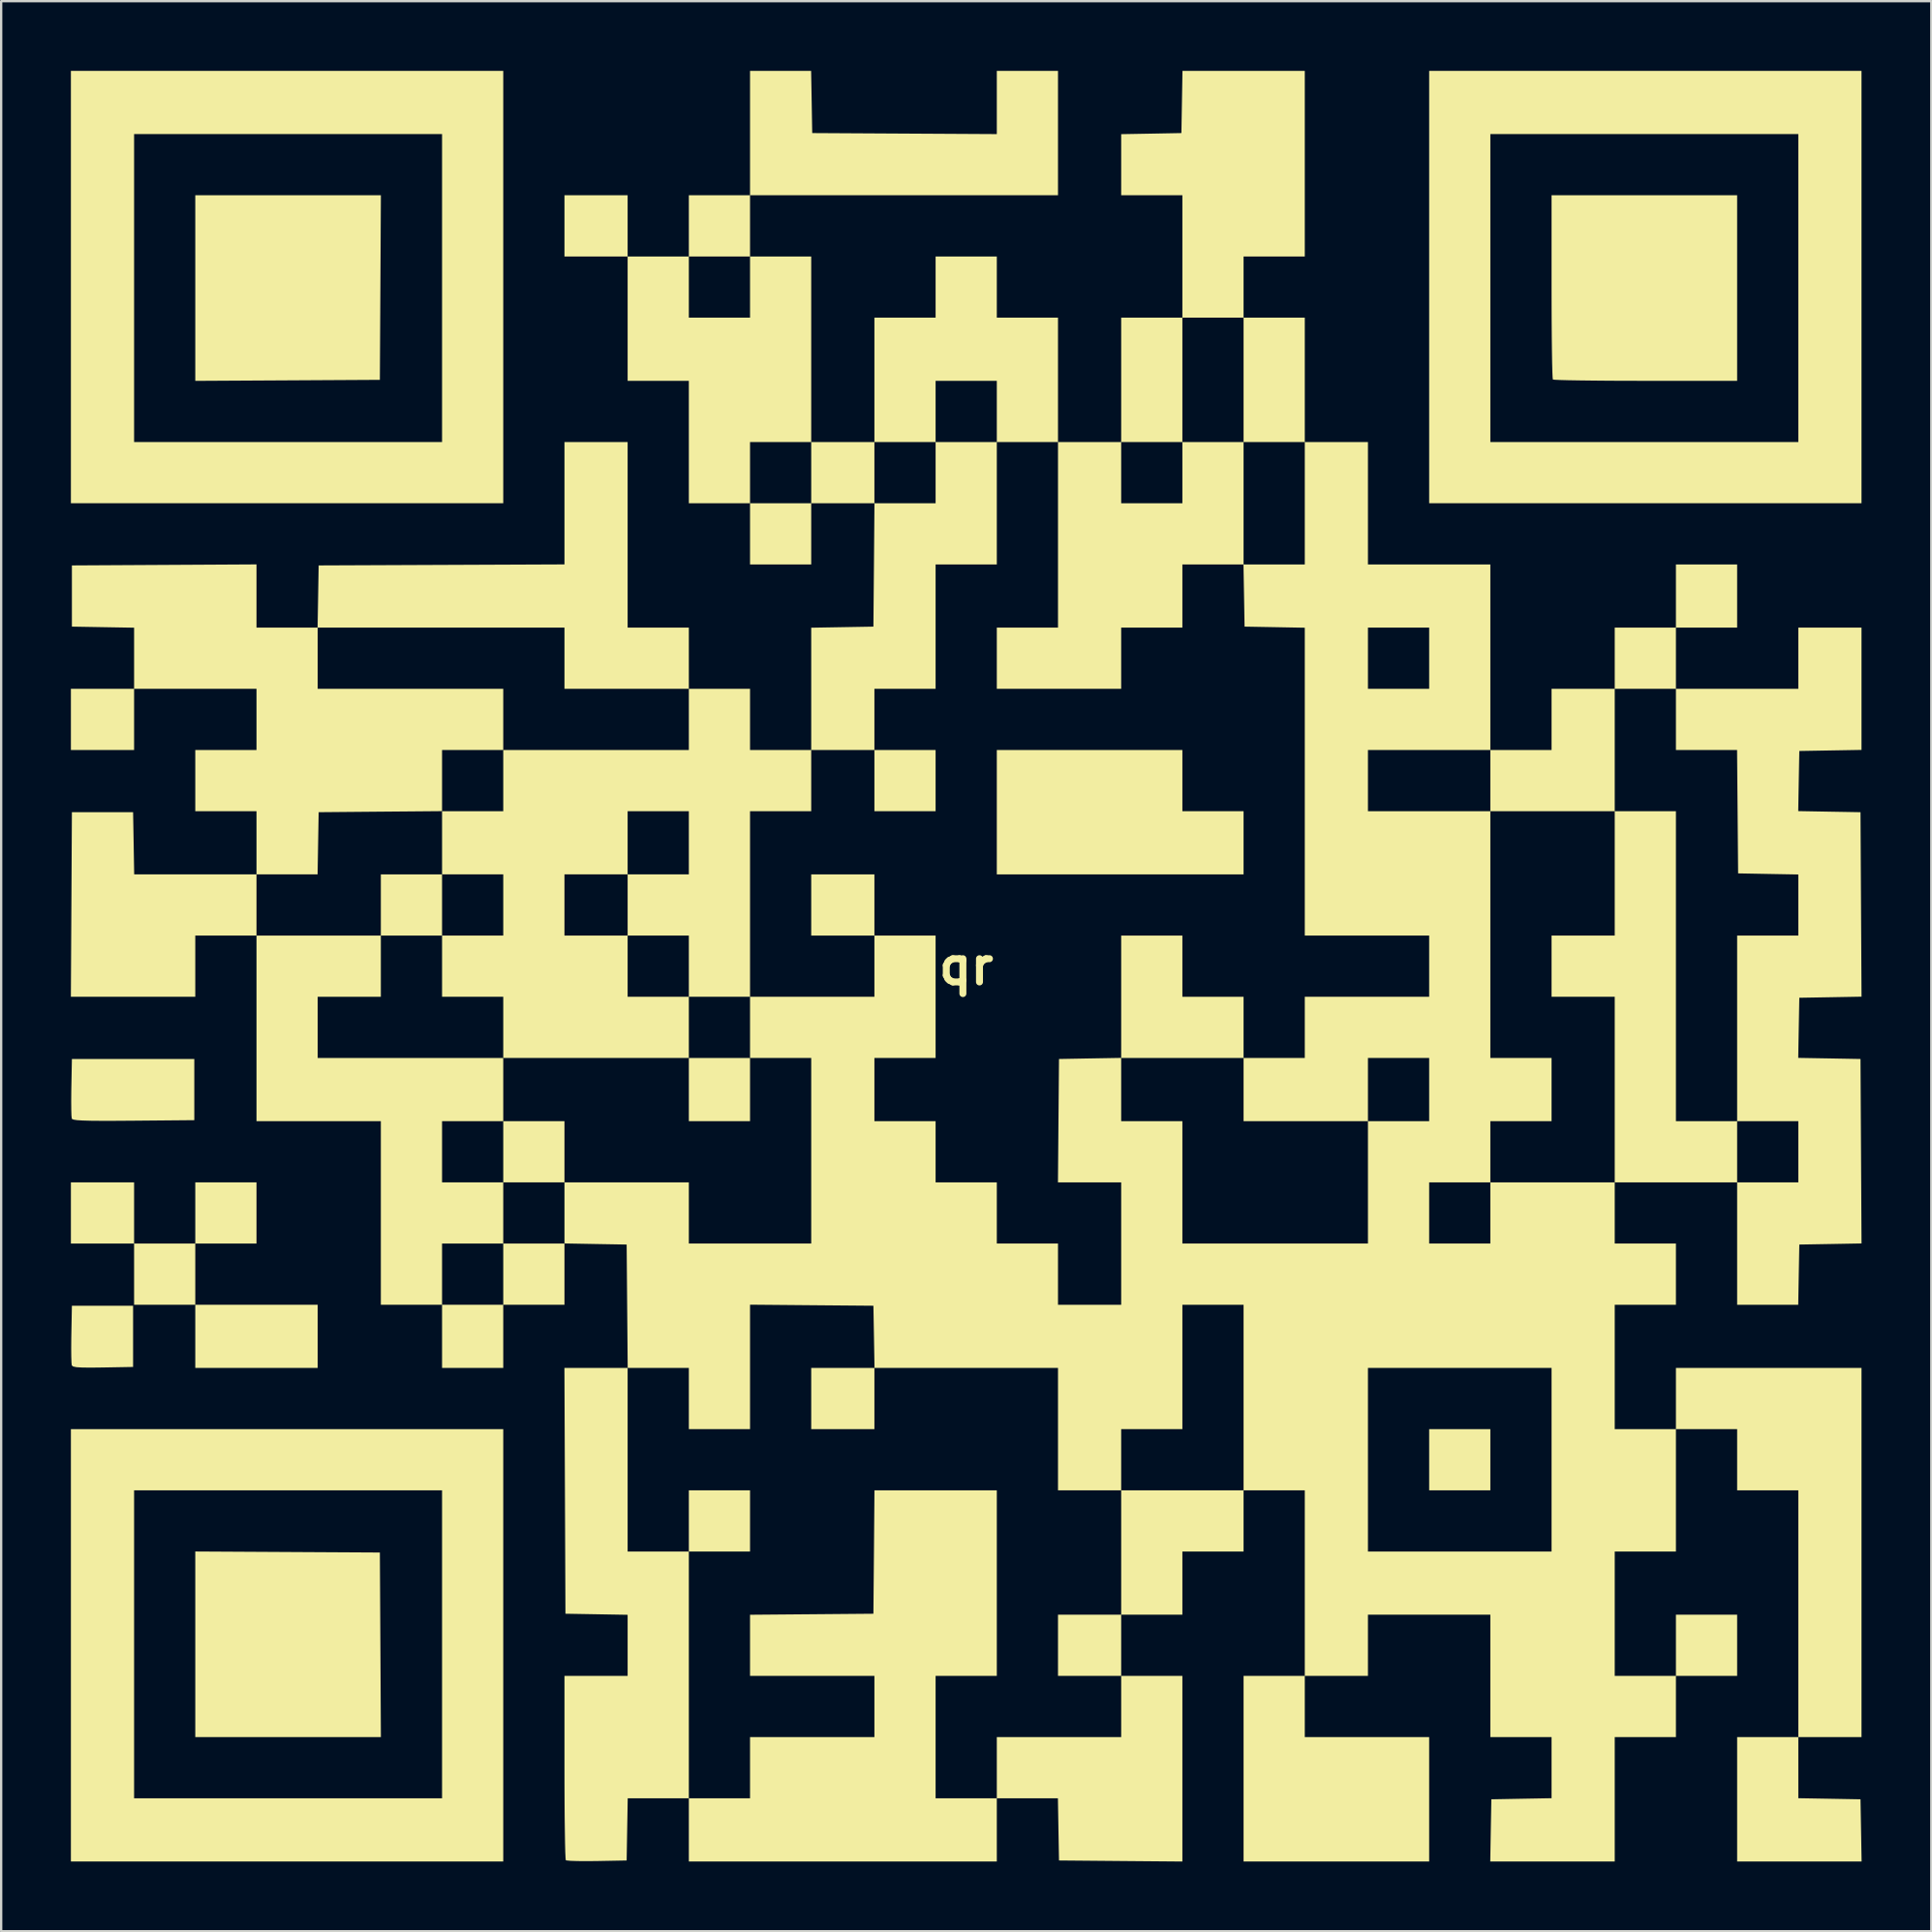
<source format=kicad_pcb>
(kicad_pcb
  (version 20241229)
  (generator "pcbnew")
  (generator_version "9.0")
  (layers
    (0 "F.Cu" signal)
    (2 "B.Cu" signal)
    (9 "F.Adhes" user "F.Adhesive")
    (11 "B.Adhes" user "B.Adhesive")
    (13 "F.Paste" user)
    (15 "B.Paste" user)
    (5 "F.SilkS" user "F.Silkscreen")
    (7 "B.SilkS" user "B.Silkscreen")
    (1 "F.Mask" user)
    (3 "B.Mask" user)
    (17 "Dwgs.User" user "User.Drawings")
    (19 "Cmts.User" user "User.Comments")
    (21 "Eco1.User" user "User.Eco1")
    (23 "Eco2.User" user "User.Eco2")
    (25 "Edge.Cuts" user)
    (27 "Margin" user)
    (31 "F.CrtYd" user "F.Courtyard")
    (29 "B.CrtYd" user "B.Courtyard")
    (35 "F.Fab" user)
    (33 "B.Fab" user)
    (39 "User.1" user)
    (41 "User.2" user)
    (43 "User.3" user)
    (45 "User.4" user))
  (footprint "qr"
    (layer "F.Cu")
    (at 38.526 38.525)
    (property "Reference" "qr" (at 0 0 0) (layer "F.SilkS") (effects (font (size 1.5 1.5) (thickness 0.3))))
    (attr board_only exclude_from_pos_files exclude_from_bom)
    (fp_poly (pts (xy -29.202 25.208) (xy -25.23 25.23) (xy -25.208 29.202) (xy -25.186 33.173) (xy -29.179 33.173) (xy -33.173 33.173) (xy -33.173 29.179) (xy -33.173 25.186)) (stroke (width 0) (type solid)) (fill yes) (layer "F.SilkS"))
    (fp_poly (pts (xy -27.906 15.928) (xy -27.906 17.287) (xy -30.539 17.287) (xy -33.173 17.287) (xy -33.173 15.928) (xy -33.173 14.569) (xy -30.539 14.569) (xy -27.906 14.569)) (stroke (width 0) (type solid)) (fill yes) (layer "F.SilkS"))
    (fp_poly (pts (xy -25.208 -29.202) (xy -25.23 -25.23) (xy -29.202 -25.208) (xy -33.173 -25.186) (xy -33.173 -29.179) (xy -33.173 -33.173) (xy -29.179 -33.173) (xy -25.186 -33.173)) (stroke (width 0) (type solid)) (fill yes) (layer "F.SilkS"))
    (fp_poly (pts (xy -22.554 -2.633) (xy -22.554 -1.317) (xy -23.871 -1.317) (xy -25.188 -1.317) (xy -25.188 -2.633) (xy -25.188 -3.95) (xy -23.871 -3.95) (xy -22.554 -3.95)) (stroke (width 0) (type solid)) (fill yes) (layer "F.SilkS"))
    (fp_poly (pts (xy -17.287 7.985) (xy -17.287 9.302) (xy -18.604 9.302) (xy -19.921 9.302) (xy -19.921 7.985) (xy -19.921 6.669) (xy -18.604 6.669) (xy -17.287 6.669)) (stroke (width 0) (type solid)) (fill yes) (layer "F.SilkS"))
    (fp_poly (pts (xy -9.302 5.309) (xy -9.302 6.669) (xy -10.619 6.669) (xy -11.935 6.669) (xy -11.935 5.309) (xy -11.935 3.95) (xy -10.619 3.95) (xy -9.302 3.95)) (stroke (width 0) (type solid)) (fill yes) (layer "F.SilkS"))
    (fp_poly (pts (xy -9.302 23.871) (xy -9.302 25.188) (xy -10.619 25.188) (xy -11.935 25.188) (xy -11.935 23.871) (xy -11.935 22.554) (xy -10.619 22.554) (xy -9.302 22.554)) (stroke (width 0) (type solid)) (fill yes) (layer "F.SilkS"))
    (fp_poly (pts (xy -3.95 -2.633) (xy -3.95 -1.317) (xy -5.309 -1.317) (xy -6.669 -1.317) (xy -6.669 -2.633) (xy -6.669 -3.95) (xy -5.309 -3.95) (xy -3.95 -3.95)) (stroke (width 0) (type solid)) (fill yes) (layer "F.SilkS"))
    (fp_poly (pts (xy -3.95 18.604) (xy -3.95 19.921) (xy -5.309 19.921) (xy -6.669 19.921) (xy -6.669 18.604) (xy -6.669 17.287) (xy -5.309 17.287) (xy -3.95 17.287)) (stroke (width 0) (type solid)) (fill yes) (layer "F.SilkS"))
    (fp_poly (pts (xy -1.317 -7.985) (xy -1.317 -6.669) (xy -2.633 -6.669) (xy -3.95 -6.669) (xy -3.95 -7.985) (xy -3.95 -9.302) (xy -2.633 -9.302) (xy -1.317 -9.302)) (stroke (width 0) (type solid)) (fill yes) (layer "F.SilkS"))
    (fp_poly (pts (xy 22.554 21.237) (xy 22.554 22.554) (xy 21.237 22.554) (xy 19.921 22.554) (xy 19.921 21.237) (xy 19.921 19.921) (xy 21.237 19.921) (xy 22.554 19.921)) (stroke (width 0) (type solid)) (fill yes) (layer "F.SilkS"))
    (fp_poly (pts (xy 9.302 -7.985) (xy 9.302 -6.669) (xy 10.619 -6.669) (xy 11.935 -6.669) (xy 11.935 -5.309) (xy 11.935 -3.95) (xy 6.626 -3.95) (xy 1.317 -3.95) (xy 1.317 -6.626) (xy 1.317 -9.302) (xy 5.309 -9.302) (xy 9.302 -9.302)) (stroke (width 0) (type solid)) (fill yes) (layer "F.SilkS"))
    (fp_poly (pts (xy 9.302 -0.000001) (xy 9.302 1.317) (xy 10.619 1.317) (xy 11.935 1.317) (xy 11.935 2.633) (xy 11.935 3.95) (xy 9.302 3.95) (xy 6.669 3.95) (xy 6.669 1.317) (xy 6.669 -1.317) (xy 7.985 -1.317) (xy 9.302 -1.317)) (stroke (width 0) (type solid)) (fill yes) (layer "F.SilkS"))
    (fp_poly (pts (xy -35.849 15.928) (xy -35.849 17.245) (xy -37.146 17.268) (xy -37.667 17.274) (xy -38.04 17.27) (xy -38.286 17.255) (xy -38.428 17.226) (xy -38.485 17.182) (xy -38.487 17.179) (xy -38.5 17.058) (xy -38.509 16.8) (xy -38.512 16.439) (xy -38.509 16.01) (xy -38.506 15.839) (xy -38.482 14.611) (xy -37.166 14.611) (xy -35.849 14.611)) (stroke (width 0) (type solid)) (fill yes) (layer "F.SilkS"))
    (fp_poly (pts (xy -33.215 5.309) (xy -33.215 6.626) (xy -35.83 6.649) (xy -36.592 6.654) (xy -37.201 6.655) (xy -37.671 6.651) (xy -38.017 6.641) (xy -38.257 6.626) (xy -38.404 6.604) (xy -38.476 6.575) (xy -38.487 6.56) (xy -38.501 6.438) (xy -38.509 6.181) (xy -38.512 5.821) (xy -38.509 5.392) (xy -38.506 5.221) (xy -38.482 3.993) (xy -35.849 3.993) (xy -33.215 3.993)) (stroke (width 0) (type solid)) (fill yes) (layer "F.SilkS"))
    (fp_poly (pts (xy -19.921 -29.223) (xy -19.921 -19.921) (xy -29.223 -19.921) (xy -38.525 -19.921) (xy -38.525 -29.18) (xy -35.806 -29.18) (xy -35.806 -22.554) (xy -29.18 -22.554) (xy -22.554 -22.554) (xy -22.554 -29.18) (xy -22.554 -35.806) (xy -29.18 -35.806) (xy -35.806 -35.806) (xy -35.806 -29.18) (xy -38.525 -29.18) (xy -38.525 -29.223) (xy -38.525 -38.525) (xy -29.223 -38.525) (xy -19.921 -38.525)) (stroke (width 0) (type solid)) (fill yes) (layer "F.SilkS"))
    (fp_poly (pts (xy -19.921 29.223) (xy -19.921 38.525) (xy -29.223 38.525) (xy -38.525 38.525) (xy -38.525 29.223) (xy -38.525 29.18) (xy -35.806 29.18) (xy -35.806 35.806) (xy -29.18 35.806) (xy -22.554 35.806) (xy -22.554 29.18) (xy -22.554 22.554) (xy -29.18 22.554) (xy -35.806 22.554) (xy -35.806 29.18) (xy -38.525 29.18) (xy -38.525 19.921) (xy -29.223 19.921) (xy -19.921 19.921)) (stroke (width 0) (type solid)) (fill yes) (layer "F.SilkS"))
    (fp_poly (pts (xy 38.525 -29.223) (xy 38.525 -19.921) (xy 29.223 -19.921) (xy 19.921 -19.921) (xy 19.921 -29.18) (xy 22.554 -29.18) (xy 22.554 -22.554) (xy 29.18 -22.554) (xy 35.806 -22.554) (xy 35.806 -29.18) (xy 35.806 -35.806) (xy 29.18 -35.806) (xy 22.554 -35.806) (xy 22.554 -29.18) (xy 19.921 -29.18) (xy 19.921 -29.223) (xy 19.921 -38.525) (xy 29.223 -38.525) (xy 38.525 -38.525)) (stroke (width 0) (type solid)) (fill yes) (layer "F.SilkS"))
    (fp_poly (pts (xy 33.173 -29.18) (xy 33.173 -25.188) (xy 29.237 -25.188) (xy 28.435 -25.189) (xy 27.686 -25.192) (xy 27.006 -25.198) (xy 26.412 -25.205) (xy 25.922 -25.213) (xy 25.553 -25.223) (xy 25.321 -25.234) (xy 25.244 -25.244) (xy 25.233 -25.338) (xy 25.222 -25.585) (xy 25.212 -25.968) (xy 25.204 -26.469) (xy 25.197 -27.072) (xy 25.192 -27.76) (xy 25.189 -28.516) (xy 25.188 -29.237) (xy 25.188 -33.173) (xy 29.18 -33.173) (xy 33.173 -33.173)) (stroke (width 0) (type solid)) (fill yes) (layer "F.SilkS"))
    (fp_poly (pts (xy -35.806 10.619) (xy -35.806 11.935) (xy -34.49 11.935) (xy -33.173 11.935) (xy -33.173 10.619) (xy -33.173 9.302) (xy -31.856 9.302) (xy -30.539 9.302) (xy -30.539 10.619) (xy -30.539 11.935) (xy -31.856 11.935) (xy -33.173 11.935) (xy -33.173 13.252) (xy -33.173 14.569) (xy -34.49 14.569) (xy -35.806 14.569) (xy -35.806 13.252) (xy -35.806 11.935) (xy -37.166 11.935) (xy -38.525 11.935) (xy -38.525 10.619) (xy -38.525 9.302) (xy -37.166 9.302) (xy -35.806 9.302)) (stroke (width 0) (type solid)) (fill yes) (layer "F.SilkS"))
    (fp_poly (pts (xy -25.188 -0.000001) (xy -25.188 1.317) (xy -26.547 1.317) (xy -27.906 1.317) (xy -27.906 2.633) (xy -27.906 3.95) (xy -23.913 3.95) (xy -19.921 3.95) (xy -19.921 5.309) (xy -19.921 6.669) (xy -21.237 6.669) (xy -22.554 6.669) (xy -22.554 7.985) (xy -22.554 9.302) (xy -21.237 9.302) (xy -19.921 9.302) (xy -19.921 10.619) (xy -19.921 11.935) (xy -21.237 11.935) (xy -22.554 11.935) (xy -22.554 13.252) (xy -22.554 14.569) (xy -21.237 14.569) (xy -19.921 14.569) (xy -19.921 13.252) (xy -19.921 11.935) (xy -18.604 11.935) (xy -17.287 11.935) (xy -17.287 13.25) (xy -17.287 14.569) (xy -18.604 14.569) (xy -19.921 14.569) (xy -19.921 15.928) (xy -19.921 17.287) (xy -21.237 17.287) (xy -22.554 17.287) (xy -22.554 15.928) (xy -22.554 14.569) (xy -23.871 14.569) (xy -25.188 14.569) (xy -25.188 10.619) (xy -25.188 6.669) (xy -27.864 6.669) (xy -30.539 6.669) (xy -30.539 2.676) (xy -30.539 -1.317) (xy -27.864 -1.317) (xy -25.188 -1.317)) (stroke (width 0) (type solid)) (fill yes) (layer "F.SilkS"))
    (fp_poly (pts (xy -14.569 21.237) (xy -14.569 25.188) (xy -13.252 25.188) (xy -11.935 25.188) (xy -11.935 30.497) (xy -11.935 35.806) (xy -10.619 35.806) (xy -9.302 35.806) (xy -9.302 34.49) (xy -9.302 33.173) (xy -6.626 33.173) (xy -3.95 33.173) (xy -3.95 31.856) (xy -3.95 30.539) (xy -6.626 30.539) (xy -9.302 30.539) (xy -9.302 29.224) (xy -9.302 27.908) (xy -6.647 27.886) (xy -3.993 27.864) (xy -3.97 25.209) (xy -3.948 22.554) (xy -1.316 22.554) (xy 1.317 22.554) (xy 1.317 26.547) (xy 1.317 30.539) (xy -0.000001 30.539) (xy -1.317 30.539) (xy -1.317 33.173) (xy -1.317 35.806) (xy -0.000001 35.806) (xy 1.317 35.806) (xy 1.317 34.49) (xy 1.317 33.173) (xy 3.993 33.173) (xy 6.669 33.173) (xy 6.669 31.856) (xy 6.669 30.539) (xy 7.985 30.539) (xy 9.302 30.539) (xy 9.302 34.533) (xy 9.302 38.527) (xy 6.647 38.505) (xy 3.993 38.482) (xy 3.969 37.144) (xy 3.946 35.806) (xy 2.631 35.806) (xy 1.317 35.806) (xy 1.317 37.166) (xy 1.317 38.525) (xy -5.309 38.525) (xy -11.935 38.525) (xy -11.935 37.166) (xy -11.935 35.806) (xy -13.25 35.806) (xy -14.565 35.806) (xy -14.588 37.144) (xy -14.611 38.482) (xy -15.891 38.506) (xy -16.341 38.51) (xy -16.729 38.507) (xy -17.026 38.497) (xy -17.199 38.48) (xy -17.229 38.47) (xy -17.24 38.376) (xy -17.252 38.129) (xy -17.262 37.746) (xy -17.27 37.244) (xy -17.278 36.64) (xy -17.283 35.952) (xy -17.286 35.196) (xy -17.287 34.475) (xy -17.287 30.539) (xy -15.928 30.539) (xy -14.569 30.539) (xy -14.569 29.225) (xy -14.569 27.91) (xy -15.907 27.887) (xy -17.245 27.864) (xy -17.267 22.575) (xy -17.289 17.287) (xy -15.928 17.287) (xy -14.569 17.287)) (stroke (width 0) (type solid)) (fill yes) (layer "F.SilkS"))
    (fp_poly (pts (xy -14.569 -18.562) (xy -14.569 -14.569) (xy -13.252 -14.569) (xy -11.935 -14.569) (xy -11.935 -13.252) (xy -11.935 -11.935) (xy -14.611 -11.935) (xy -17.287 -11.935) (xy -17.287 -13.252) (xy -17.287 -14.569) (xy -22.597 -14.569) (xy -27.906 -14.569) (xy -27.906 -13.252) (xy -27.906 -11.935) (xy -23.913 -11.935) (xy -19.921 -11.935) (xy -19.921 -10.619) (xy -19.921 -9.302) (xy -21.237 -9.302) (xy -22.554 -9.302) (xy -22.554 -7.986) (xy -22.554 -6.671) (xy -25.209 -6.649) (xy -27.864 -6.626) (xy -27.887 -5.288) (xy -27.91 -3.95) (xy -29.225 -3.95) (xy -30.539 -3.95) (xy -30.539 -2.633) (xy -30.539 -1.317) (xy -31.856 -1.317) (xy -33.173 -1.317) (xy -33.173 -0.000001) (xy -33.173 1.317) (xy -35.85 1.317) (xy -38.526 1.317) (xy -38.504 -2.655) (xy -38.482 -6.626) (xy -37.166 -6.626) (xy -35.849 -6.626) (xy -35.825 -5.288) (xy -35.802 -3.95) (xy -33.171 -3.95) (xy -30.539 -3.95) (xy -30.539 -5.309) (xy -30.539 -6.669) (xy -31.856 -6.669) (xy -33.173 -6.669) (xy -33.173 -7.985) (xy -33.173 -9.302) (xy -31.856 -9.302) (xy -30.539 -9.302) (xy -30.539 -10.619) (xy -30.539 -11.935) (xy -33.173 -11.935) (xy -35.806 -11.935) (xy -35.806 -10.619) (xy -35.806 -9.302) (xy -37.166 -9.302) (xy -38.525 -9.302) (xy -38.525 -10.619) (xy -38.525 -11.935) (xy -37.166 -11.935) (xy -35.806 -11.935) (xy -35.806 -13.25) (xy -35.806 -14.565) (xy -37.144 -14.588) (xy -38.482 -14.611) (xy -38.482 -15.928) (xy -38.482 -17.245) (xy -34.511 -17.267) (xy -30.539 -17.289) (xy -30.539 -15.929) (xy -30.539 -14.569) (xy -29.225 -14.569) (xy -27.91 -14.569) (xy -27.887 -15.907) (xy -27.864 -17.245) (xy -22.575 -17.267) (xy -17.287 -17.289) (xy -17.287 -19.921) (xy -17.287 -22.554) (xy -15.928 -22.554) (xy -14.569 -22.554)) (stroke (width 0) (type solid)) (fill yes) (layer "F.SilkS"))
    (fp_poly (pts (xy -6.649 -37.187) (xy -6.626 -35.849) (xy -2.655 -35.827) (xy 1.317 -35.805) (xy 1.317 -37.165) (xy 1.317 -38.525) (xy 2.633 -38.525) (xy 3.95 -38.525) (xy 3.95 -35.849) (xy 3.95 -33.173) (xy -2.676 -33.173) (xy -9.302 -33.173) (xy -9.302 -31.856) (xy -9.302 -30.539) (xy -10.619 -30.539) (xy -11.935 -30.539) (xy -11.935 -29.223) (xy -11.935 -27.906) (xy -10.619 -27.906) (xy -9.302 -27.906) (xy -9.302 -29.223) (xy -9.302 -30.539) (xy -7.985 -30.539) (xy -6.669 -30.539) (xy -6.669 -26.547) (xy -6.669 -22.554) (xy -5.309 -22.554) (xy -3.95 -22.554) (xy -3.95 -25.23) (xy -3.95 -27.906) (xy -2.633 -27.906) (xy -1.317 -27.906) (xy -1.317 -29.223) (xy -1.317 -30.539) (xy -0.000001 -30.539) (xy 1.317 -30.539) (xy 1.317 -29.223) (xy 1.317 -27.906) (xy 2.633 -27.906) (xy 3.95 -27.906) (xy 3.95 -25.23) (xy 3.95 -22.554) (xy 5.309 -22.554) (xy 6.669 -22.554) (xy 6.669 -25.23) (xy 6.669 -27.906) (xy 7.985 -27.906) (xy 9.302 -27.906) (xy 9.302 -30.539) (xy 9.302 -33.173) (xy 7.985 -33.173) (xy 6.669 -33.173) (xy 6.669 -34.487) (xy 6.669 -35.802) (xy 7.964 -35.825) (xy 9.26 -35.849) (xy 9.283 -37.187) (xy 9.306 -38.525) (xy 11.938 -38.525) (xy 14.569 -38.525) (xy 14.569 -34.532) (xy 14.569 -30.539) (xy 13.252 -30.539) (xy 11.935 -30.539) (xy 11.935 -29.223) (xy 11.935 -27.906) (xy 10.619 -27.906) (xy 9.302 -27.906) (xy 9.302 -25.23) (xy 9.302 -22.554) (xy 7.985 -22.554) (xy 6.669 -22.554) (xy 6.669 -21.237) (xy 6.669 -19.921) (xy 7.985 -19.921) (xy 9.302 -19.921) (xy 9.302 -21.237) (xy 9.302 -22.554) (xy 10.619 -22.554) (xy 11.935 -22.554) (xy 11.935 -25.23) (xy 11.935 -27.906) (xy 13.252 -27.906) (xy 14.569 -27.906) (xy 14.569 -25.23) (xy 14.569 -22.554) (xy 13.252 -22.554) (xy 11.935 -22.554) (xy 11.935 -19.921) (xy 11.935 -17.287) (xy 13.25 -17.287) (xy 14.569 -17.287) (xy 14.569 -19.921) (xy 14.569 -22.554) (xy 15.928 -22.554) (xy 17.287 -22.554) (xy 17.287 -19.921) (xy 17.287 -17.287) (xy 19.921 -17.287) (xy 22.554 -17.287) (xy 22.554 -13.295) (xy 22.554 -9.302) (xy 23.871 -9.302) (xy 25.188 -9.302) (xy 25.188 -10.619) (xy 25.188 -11.935) (xy 26.547 -11.935) (xy 27.906 -11.935) (xy 27.906 -13.252) (xy 27.906 -14.569) (xy 29.223 -14.569) (xy 30.539 -14.569) (xy 30.539 -15.928) (xy 30.539 -17.287) (xy 31.856 -17.287) (xy 33.173 -17.287) (xy 33.173 -15.928) (xy 33.173 -14.569) (xy 31.856 -14.569) (xy 30.539 -14.569) (xy 30.539 -13.252) (xy 30.539 -11.935) (xy 33.173 -11.935) (xy 35.806 -11.935) (xy 35.806 -13.252) (xy 35.806 -14.569) (xy 37.166 -14.569) (xy 38.525 -14.569) (xy 38.525 -11.938) (xy 38.525 -9.306) (xy 37.187 -9.283) (xy 35.849 -9.26) (xy 35.825 -7.966) (xy 35.802 -6.673) (xy 37.142 -6.649) (xy 38.482 -6.626) (xy 38.504 -2.657) (xy 38.526 1.312) (xy 37.188 1.336) (xy 35.849 1.359) (xy 35.825 2.653) (xy 35.802 3.946) (xy 37.142 3.969) (xy 38.482 3.993) (xy 38.504 7.962) (xy 38.526 11.931) (xy 37.188 11.955) (xy 35.849 11.978) (xy 35.825 13.273) (xy 35.802 14.569) (xy 34.487 14.569) (xy 33.173 14.569) (xy 33.173 11.935) (xy 33.173 9.302) (xy 30.539 9.302) (xy 27.906 9.302) (xy 27.906 10.619) (xy 27.906 11.935) (xy 29.223 11.935) (xy 30.539 11.935) (xy 30.539 13.252) (xy 30.539 14.569) (xy 29.223 14.569) (xy 27.906 14.569) (xy 27.906 17.245) (xy 27.906 19.921) (xy 29.223 19.921) (xy 30.539 19.921) (xy 30.539 18.604) (xy 30.539 17.287) (xy 34.532 17.287) (xy 38.525 17.287) (xy 38.525 25.23) (xy 38.525 33.173) (xy 37.166 33.173) (xy 35.806 33.173) (xy 35.806 34.487) (xy 35.806 35.802) (xy 37.144 35.825) (xy 38.482 35.849) (xy 38.506 37.187) (xy 38.529 38.525) (xy 35.851 38.525) (xy 33.173 38.525) (xy 33.173 35.849) (xy 33.173 33.173) (xy 34.49 33.173) (xy 35.806 33.173) (xy 35.806 27.864) (xy 35.806 22.554) (xy 34.49 22.554) (xy 33.173 22.554) (xy 33.173 21.237) (xy 33.173 19.921) (xy 31.856 19.921) (xy 30.539 19.921) (xy 30.539 22.554) (xy 30.539 25.188) (xy 29.223 25.188) (xy 27.906 25.188) (xy 27.906 27.864) (xy 27.906 30.539) (xy 29.223 30.539) (xy 30.539 30.539) (xy 30.539 29.223) (xy 30.539 27.906) (xy 31.856 27.906) (xy 33.173 27.906) (xy 33.173 29.223) (xy 33.173 30.539) (xy 31.856 30.539) (xy 30.539 30.539) (xy 30.539 31.856) (xy 30.539 33.173) (xy 29.223 33.173) (xy 27.906 33.173) (xy 27.906 35.849) (xy 27.906 38.525) (xy 25.228 38.525) (xy 22.55 38.525) (xy 22.573 37.187) (xy 22.597 35.849) (xy 23.892 35.825) (xy 25.188 35.802) (xy 25.188 34.487) (xy 25.188 33.173) (xy 23.871 33.173) (xy 22.554 33.173) (xy 22.554 30.539) (xy 22.554 27.906) (xy 19.921 27.906) (xy 17.287 27.906) (xy 17.287 29.223) (xy 17.287 30.539) (xy 15.928 30.539) (xy 14.569 30.539) (xy 14.569 31.856) (xy 14.569 33.173) (xy 17.245 33.173) (xy 19.921 33.173) (xy 19.921 35.849) (xy 19.921 38.525) (xy 15.928 38.525) (xy 11.935 38.525) (xy 11.935 34.532) (xy 11.935 30.539) (xy 13.252 30.539) (xy 14.569 30.539) (xy 14.569 26.547) (xy 14.569 22.554) (xy 13.252 22.554) (xy 11.935 22.554) (xy 11.935 23.871) (xy 11.935 25.188) (xy 10.619 25.188) (xy 9.302 25.188) (xy 9.302 26.547) (xy 9.302 27.906) (xy 7.985 27.906) (xy 6.669 27.906) (xy 6.669 29.223) (xy 6.669 30.539) (xy 5.309 30.539) (xy 3.95 30.539) (xy 3.95 29.223) (xy 3.95 27.906) (xy 5.309 27.906) (xy 6.669 27.906) (xy 6.669 25.23) (xy 6.669 22.554) (xy 9.302 22.554) (xy 11.935 22.554) (xy 11.935 21.237) (xy 17.287 21.237) (xy 17.287 25.188) (xy 21.237 25.188) (xy 25.188 25.188) (xy 25.188 21.237) (xy 25.188 17.287) (xy 21.237 17.287) (xy 17.287 17.287) (xy 17.287 21.237) (xy 11.935 21.237) (xy 11.935 18.562) (xy 11.935 14.569) (xy 10.619 14.569) (xy 9.302 14.569) (xy 9.302 17.245) (xy 9.302 19.921) (xy 7.985 19.921) (xy 6.669 19.921) (xy 6.669 21.237) (xy 6.669 22.554) (xy 5.309 22.554) (xy 3.95 22.554) (xy 3.95 19.921) (xy 3.95 17.287) (xy 0.002 17.287) (xy -3.946 17.287) (xy -3.969 15.949) (xy -3.993 14.611) (xy -6.647 14.589) (xy -9.302 14.566) (xy -9.302 17.244) (xy -9.302 19.921) (xy -10.619 19.921) (xy -11.935 19.921) (xy -11.935 18.604) (xy -11.935 17.287) (xy -13.252 17.287) (xy -14.566 17.287) (xy -14.589 14.633) (xy -14.611 11.978) (xy -15.949 11.955) (xy -17.287 11.931) (xy -17.287 10.619) (xy -17.287 9.302) (xy -14.611 9.302) (xy -11.935 9.302) (xy -11.935 10.619) (xy -11.935 11.935) (xy -9.302 11.935) (xy -6.669 11.935) (xy -6.669 7.943) (xy -6.669 3.95) (xy -7.985 3.95) (xy -9.302 3.95) (xy -9.302 2.633) (xy -9.302 1.317) (xy -6.626 1.317) (xy -3.95 1.317) (xy -3.95 -0.000001) (xy -3.95 -1.317) (xy -2.633 -1.317) (xy -1.317 -1.317) (xy -1.317 1.317) (xy -1.317 3.95) (xy -2.633 3.95) (xy -3.95 3.95) (xy -3.95 5.309) (xy -3.95 6.669) (xy -2.633 6.669) (xy -1.317 6.669) (xy -1.317 7.985) (xy -1.317 9.302) (xy -0.000001 9.302) (xy 1.317 9.302) (xy 1.317 10.619) (xy 1.317 11.935) (xy 2.633 11.935) (xy 3.95 11.935) (xy 3.95 13.252) (xy 3.95 14.569) (xy 5.309 14.569) (xy 6.669 14.569) (xy 6.669 11.935) (xy 6.669 9.302) (xy 5.308 9.302) (xy 3.948 9.302) (xy 3.97 6.647) (xy 3.993 3.993) (xy 5.331 3.969) (xy 6.669 3.946) (xy 6.669 5.307) (xy 6.669 6.669) (xy 7.985 6.669) (xy 9.302 6.669) (xy 9.302 9.302) (xy 9.302 11.935) (xy 13.295 11.935) (xy 17.287 11.935) (xy 17.287 9.302) (xy 17.287 6.669) (xy 18.604 6.669) (xy 19.921 6.669) (xy 19.921 5.309) (xy 19.921 3.95) (xy 18.604 3.95) (xy 17.287 3.95) (xy 17.287 5.309) (xy 17.287 6.669) (xy 14.611 6.669) (xy 11.935 6.669) (xy 11.935 5.309) (xy 11.935 3.95) (xy 13.252 3.95) (xy 14.569 3.95) (xy 14.569 2.633) (xy 14.569 1.317) (xy 17.245 1.317) (xy 19.921 1.317) (xy 19.921 -0.000001) (xy 19.921 -1.317) (xy 17.245 -1.317) (xy 14.569 -1.317) (xy 14.569 -7.941) (xy 14.569 -9.302) (xy 17.287 -9.302) (xy 17.287 -7.985) (xy 17.287 -6.669) (xy 19.921 -6.669) (xy 22.554 -6.669) (xy 22.554 -1.359) (xy 22.554 3.95) (xy 23.871 3.95) (xy 25.188 3.95) (xy 25.188 5.309) (xy 25.188 6.669) (xy 23.871 6.669) (xy 22.554 6.669) (xy 22.554 7.985) (xy 22.554 9.302) (xy 21.237 9.302) (xy 19.921 9.302) (xy 19.921 10.619) (xy 19.921 11.935) (xy 21.237 11.935) (xy 22.554 11.935) (xy 22.554 10.619) (xy 22.554 9.302) (xy 25.23 9.302) (xy 27.906 9.302) (xy 27.906 7.985) (xy 33.173 7.985) (xy 33.173 9.302) (xy 34.49 9.302) (xy 35.806 9.302) (xy 35.806 7.985) (xy 35.806 6.669) (xy 34.49 6.669) (xy 33.173 6.669) (xy 33.173 7.985) (xy 27.906 7.985) (xy 27.906 5.309) (xy 27.906 1.317) (xy 26.547 1.317) (xy 25.188 1.317) (xy 25.188 -0.000001) (xy 25.188 -1.317) (xy 26.547 -1.317) (xy 27.906 -1.317) (xy 27.906 -3.993) (xy 27.906 -6.669) (xy 29.223 -6.669) (xy 30.539 -6.669) (xy 30.539 -0.000001) (xy 30.539 6.669) (xy 31.856 6.669) (xy 33.173 6.669) (xy 33.173 2.676) (xy 33.173 -1.317) (xy 34.49 -1.317) (xy 35.806 -1.317) (xy 35.806 -2.631) (xy 35.806 -3.946) (xy 34.511 -3.969) (xy 33.215 -3.993) (xy 33.193 -6.647) (xy 33.17 -9.302) (xy 31.855 -9.302) (xy 30.539 -9.302) (xy 30.539 -10.619) (xy 30.539 -11.935) (xy 29.223 -11.935) (xy 27.906 -11.935) (xy 27.906 -9.302) (xy 27.906 -6.669) (xy 25.23 -6.669) (xy 22.554 -6.669) (xy 22.554 -7.985) (xy 22.554 -9.302) (xy 19.921 -9.302) (xy 17.287 -9.302) (xy 14.569 -9.302) (xy 14.569 -13.252) (xy 17.287 -13.252) (xy 17.287 -11.935) (xy 18.604 -11.935) (xy 19.921 -11.935) (xy 19.921 -13.252) (xy 19.921 -14.569) (xy 18.604 -14.569) (xy 17.287 -14.569) (xy 17.287 -13.252) (xy 14.569 -13.252) (xy 14.569 -14.564) (xy 13.273 -14.588) (xy 11.978 -14.611) (xy 11.955 -15.949) (xy 11.931 -17.287) (xy 10.619 -17.287) (xy 9.302 -17.287) (xy 9.302 -15.928) (xy 9.302 -14.569) (xy 7.985 -14.569) (xy 6.669 -14.569) (xy 6.669 -13.252) (xy 6.669 -11.935) (xy 3.993 -11.935) (xy 1.317 -11.935) (xy 1.317 -13.252) (xy 1.317 -14.569) (xy 2.633 -14.569) (xy 3.95 -14.569) (xy 3.95 -18.562) (xy 3.95 -22.554) (xy 2.633 -22.554) (xy 1.317 -22.554) (xy 1.317 -19.921) (xy 1.317 -17.287) (xy -0.000001 -17.287) (xy -1.317 -17.287) (xy -1.317 -14.611) (xy -1.317 -11.935) (xy -2.633 -11.935) (xy -3.95 -11.935) (xy -3.95 -10.619) (xy -3.95 -9.302) (xy -5.309 -9.302) (xy -6.669 -9.302) (xy -6.669 -7.985) (xy -6.669 -6.669) (xy -7.985 -6.669) (xy -9.302 -6.669) (xy -9.302 -2.676) (xy -9.302 1.317) (xy -10.619 1.317) (xy -11.935 1.317) (xy -11.935 -0.000001) (xy -11.935 -1.317) (xy -13.252 -1.317) (xy -14.569 -1.317) (xy -14.569 -0.000001) (xy -14.569 1.317) (xy -13.252 1.317) (xy -11.935 1.317) (xy -11.935 2.633) (xy -11.935 3.95) (xy -15.928 3.95) (xy -19.921 3.95) (xy -19.921 2.633) (xy -19.921 1.317) (xy -21.237 1.317) (xy -22.554 1.317) (xy -22.554 -0.000001) (xy -22.554 -1.317) (xy -21.237 -1.317) (xy -19.921 -1.317) (xy -19.921 -2.633) (xy -19.921 -3.95) (xy -17.287 -3.95) (xy -17.287 -2.633) (xy -17.287 -1.317) (xy -15.928 -1.317) (xy -14.569 -1.317) (xy -14.569 -2.633) (xy -14.569 -3.95) (xy -13.252 -3.95) (xy -11.935 -3.95) (xy -11.935 -5.309) (xy -11.935 -6.669) (xy -13.252 -6.669) (xy -14.569 -6.669) (xy -14.569 -5.309) (xy -14.569 -3.95) (xy -15.928 -3.95) (xy -17.287 -3.95) (xy -19.921 -3.95) (xy -21.237 -3.95) (xy -22.554 -3.95) (xy -22.554 -5.309) (xy -22.554 -6.669) (xy -21.237 -6.669) (xy -19.921 -6.669) (xy -19.921 -7.985) (xy -19.921 -9.302) (xy -15.928 -9.302) (xy -11.935 -9.302) (xy -11.935 -10.619) (xy -11.935 -11.935) (xy -10.619 -11.935) (xy -9.302 -11.935) (xy -9.302 -10.619) (xy -9.302 -9.302) (xy -7.985 -9.302) (xy -6.669 -9.302) (xy -6.669 -11.933) (xy -6.669 -14.565) (xy -5.331 -14.588) (xy -3.993 -14.611) (xy -3.97 -17.266) (xy -3.948 -19.921) (xy -2.633 -19.921) (xy -1.317 -19.921) (xy -1.317 -21.237) (xy -1.317 -22.554) (xy -0.000001 -22.554) (xy 1.317 -22.554) (xy 1.317 -23.871) (xy 1.317 -25.188) (xy -0.000001 -25.188) (xy -1.317 -25.188) (xy -1.317 -23.871) (xy -1.317 -22.554) (xy -2.633 -22.554) (xy -3.95 -22.554) (xy -3.95 -21.237) (xy -3.95 -19.921) (xy -5.308 -19.921) (xy -6.669 -19.921) (xy -6.669 -18.604) (xy -6.669 -17.287) (xy -7.985 -17.287) (xy -9.302 -17.287) (xy -9.302 -18.604) (xy -9.302 -19.921) (xy -10.619 -19.921) (xy -11.935 -19.921) (xy -11.935 -21.237) (xy -9.302 -21.237) (xy -9.302 -19.921) (xy -7.985 -19.921) (xy -6.669 -19.921) (xy -6.669 -21.237) (xy -6.669 -22.554) (xy -7.985 -22.554) (xy -9.302 -22.554) (xy -9.302 -21.237) (xy -11.935 -21.237) (xy -11.935 -22.554) (xy -11.935 -25.188) (xy -13.252 -25.188) (xy -14.569 -25.188) (xy -14.569 -27.864) (xy -14.569 -30.539) (xy -15.928 -30.539) (xy -17.287 -30.539) (xy -17.287 -31.856) (xy -17.287 -33.173) (xy -15.928 -33.173) (xy -14.569 -33.173) (xy -14.569 -31.856) (xy -14.569 -30.539) (xy -13.252 -30.539) (xy -11.935 -30.539) (xy -11.935 -31.856) (xy -11.935 -33.173) (xy -10.619 -33.173) (xy -9.302 -33.173) (xy -9.302 -35.849) (xy -9.302 -38.525) (xy -7.987 -38.525) (xy -6.673 -38.525)) (stroke (width 0) (type solid)) (fill yes) (layer "F.SilkS")))
  (gr_rect
    (start -3 -3)
    (end 80.055 80.052)
    (stroke (width 0.1) (type default))
    (fill no)
    (layer "Edge.Cuts")))
</source>
